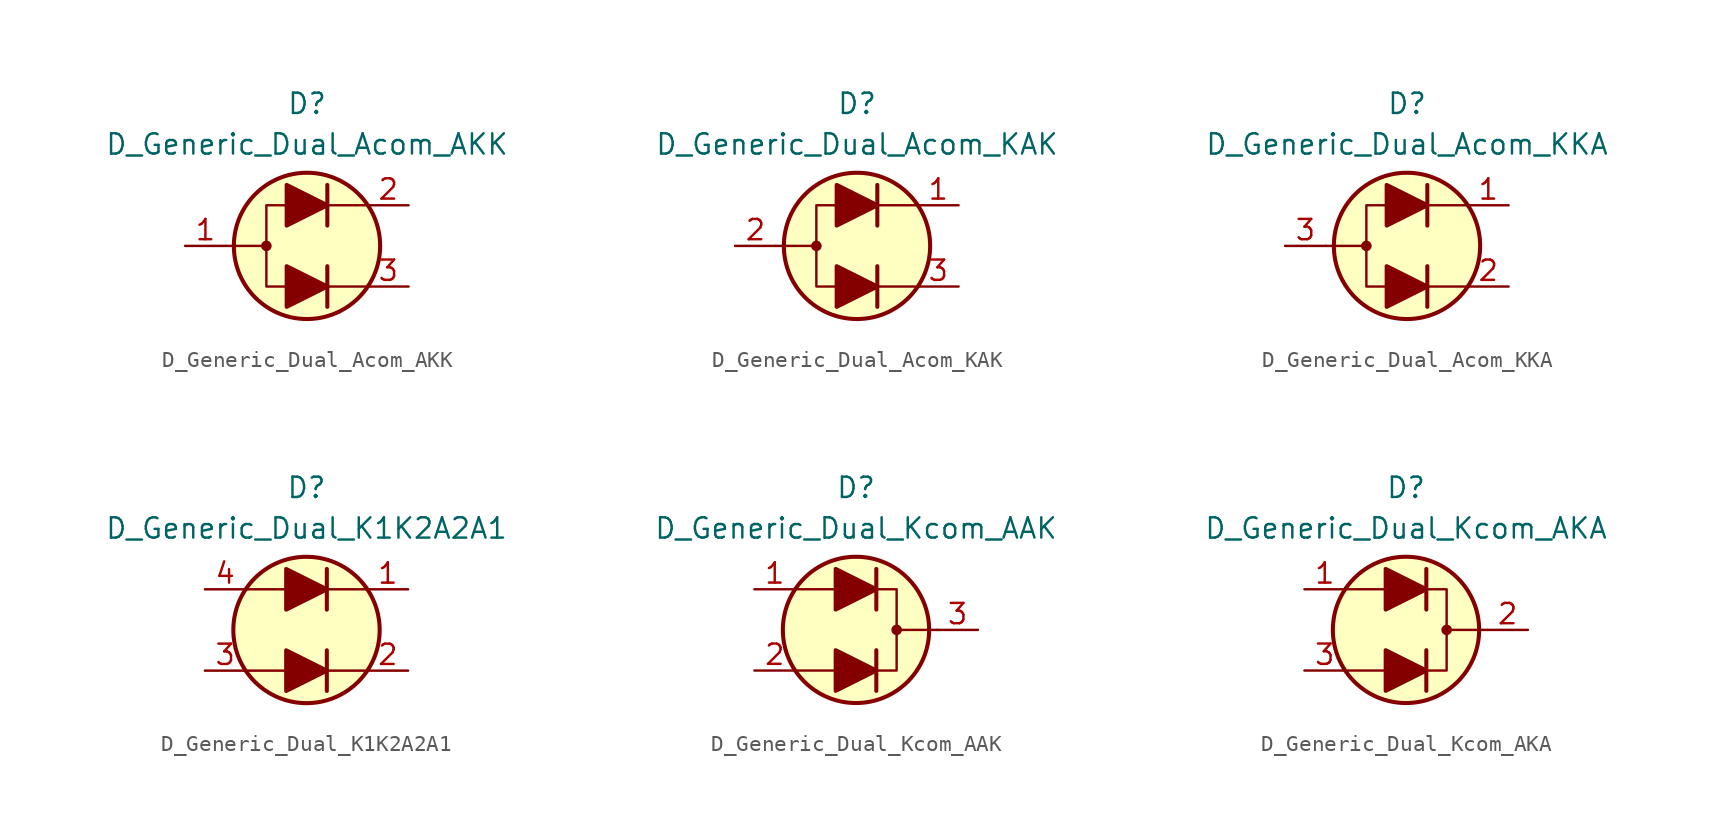
<source format=kicad_sym>
(kicad_symbol_lib
  (version 20210619)
  (generator kicad_symbol_editor)
  (symbol "Diode_AKL:D_Generic_Dual_Acom_AKK"
    (pin_names
      (offset 1.016) hide)
    (property "Reference" "D"
      (at 0 8.89 0)
      (effects (font (size 1.27 1.27))))
    (property "Value" "D_Generic_Dual_Acom_AKK"
      (at 0 6.35 0)
      (effects (font (size 1.27 1.27))))
    (symbol "D_Generic_Dual_Acom_AKK_0_1"
      (circle (center -2.54 0) (radius 0.254) (stroke (width 0)) (fill (type outline)))
      (circle (center 0 0) (radius 4.572) (stroke (width 0.254)) (fill (type background)))
      (polyline (pts (xy -5.08 0) (xy -2.54 0)) (stroke (width 0)) (fill (type none)))
      (polyline (pts (xy 1.27 -2.54) (xy 3.81 -2.54)) (stroke (width 0)) (fill (type none)))
      (polyline (pts (xy 1.27 -1.27) (xy 1.27 -3.81)) (stroke (width 0.254)) (fill (type none)))
      (polyline (pts (xy 1.27 2.54) (xy 3.81 2.54)) (stroke (width 0)) (fill (type none)))
      (polyline (pts (xy 1.27 3.81) (xy 1.27 1.27)) (stroke (width 0.254)) (fill (type none)))
      (polyline (pts (xy -1.27 -2.54) (xy -2.54 -2.54) (xy -2.54 2.54) (xy -1.27 2.54)) (stroke (width 0)) (fill (type none))))
    (symbol "D_Generic_Dual_Acom_AKK_1_1"
      (polyline (pts (xy -1.27 -2.54) (xy 1.27 -2.54)) (stroke (width 0)) (fill (type none)))
      (polyline (pts (xy -1.27 2.54) (xy 1.27 2.54)) (stroke (width 0)) (fill (type none)))
      (polyline (pts (xy -1.27 -1.27) (xy -1.27 -3.81) (xy 1.27 -2.54) (xy -1.27 -1.27)) (stroke (width 0.254)) (fill (type outline)))
      (polyline (pts (xy -1.27 3.81) (xy -1.27 1.27) (xy 1.27 2.54) (xy -1.27 3.81)) (stroke (width 0.254)) (fill (type outline)))
      (pin passive line (at -7.62 0 0) (length 2.54) (name "A" (effects (font (size 1.27 1.27)))) (number "1" (effects (font (size 1.27 1.27)))))
      (pin passive line (at 6.35 2.54 180) (length 2.54) (name "K1" (effects (font (size 1.27 1.27)))) (number "2" (effects (font (size 1.27 1.27)))))
      (pin passive line (at 6.35 -2.54 180) (length 2.54) (name "K2" (effects (font (size 1.27 1.27)))) (number "3" (effects (font (size 1.27 1.27)))))))
  (symbol "Diode_AKL:D_Generic_Dual_Acom_KAK"
    (pin_names
      (offset 1.016) hide)
    (property "Reference" "D"
      (at 0 8.89 0)
      (effects (font (size 1.27 1.27))))
    (property "Value" "D_Generic_Dual_Acom_KAK"
      (at 0 6.35 0)
      (effects (font (size 1.27 1.27))))
    (symbol "D_Generic_Dual_Acom_KAK_0_1"
      (circle (center -2.54 0) (radius 0.254) (stroke (width 0)) (fill (type outline)))
      (circle (center 0 0) (radius 4.572) (stroke (width 0.254)) (fill (type background)))
      (polyline (pts (xy -5.08 0) (xy -2.54 0)) (stroke (width 0)) (fill (type none)))
      (polyline (pts (xy 1.27 -2.54) (xy 3.81 -2.54)) (stroke (width 0)) (fill (type none)))
      (polyline (pts (xy 1.27 -1.27) (xy 1.27 -3.81)) (stroke (width 0.254)) (fill (type none)))
      (polyline (pts (xy 1.27 2.54) (xy 3.81 2.54)) (stroke (width 0)) (fill (type none)))
      (polyline (pts (xy 1.27 3.81) (xy 1.27 1.27)) (stroke (width 0.254)) (fill (type none)))
      (polyline (pts (xy -1.27 -2.54) (xy -2.54 -2.54) (xy -2.54 2.54) (xy -1.27 2.54)) (stroke (width 0)) (fill (type none))))
    (symbol "D_Generic_Dual_Acom_KAK_1_1"
      (polyline (pts (xy -1.27 -2.54) (xy 1.27 -2.54)) (stroke (width 0)) (fill (type none)))
      (polyline (pts (xy -1.27 2.54) (xy 1.27 2.54)) (stroke (width 0)) (fill (type none)))
      (polyline (pts (xy -1.27 -1.27) (xy -1.27 -3.81) (xy 1.27 -2.54) (xy -1.27 -1.27)) (stroke (width 0.254)) (fill (type outline)))
      (polyline (pts (xy -1.27 3.81) (xy -1.27 1.27) (xy 1.27 2.54) (xy -1.27 3.81)) (stroke (width 0.254)) (fill (type outline)))
      (pin passive line (at 6.35 2.54 180) (length 2.54) (name "K1" (effects (font (size 1.27 1.27)))) (number "1" (effects (font (size 1.27 1.27)))))
      (pin passive line (at -7.62 0 0) (length 2.54) (name "A" (effects (font (size 1.27 1.27)))) (number "2" (effects (font (size 1.27 1.27)))))
      (pin passive line (at 6.35 -2.54 180) (length 2.54) (name "K2" (effects (font (size 1.27 1.27)))) (number "3" (effects (font (size 1.27 1.27)))))))
  (symbol "Diode_AKL:D_Generic_Dual_Acom_KKA"
    (pin_names
      (offset 1.016) hide)
    (property "Reference" "D"
      (at 0 8.89 0)
      (effects (font (size 1.27 1.27))))
    (property "Value" "D_Generic_Dual_Acom_KKA"
      (at 0 6.35 0)
      (effects (font (size 1.27 1.27))))
    (symbol "D_Generic_Dual_Acom_KKA_0_1"
      (circle (center -2.54 0) (radius 0.254) (stroke (width 0)) (fill (type outline)))
      (circle (center 0 0) (radius 4.572) (stroke (width 0.254)) (fill (type background)))
      (polyline (pts (xy -5.08 0) (xy -2.54 0)) (stroke (width 0)) (fill (type none)))
      (polyline (pts (xy 1.27 -2.54) (xy 3.81 -2.54)) (stroke (width 0)) (fill (type none)))
      (polyline (pts (xy 1.27 -1.27) (xy 1.27 -3.81)) (stroke (width 0.254)) (fill (type none)))
      (polyline (pts (xy 1.27 2.54) (xy 3.81 2.54)) (stroke (width 0)) (fill (type none)))
      (polyline (pts (xy 1.27 3.81) (xy 1.27 1.27)) (stroke (width 0.254)) (fill (type none)))
      (polyline (pts (xy -1.27 -2.54) (xy -2.54 -2.54) (xy -2.54 2.54) (xy -1.27 2.54)) (stroke (width 0)) (fill (type none))))
    (symbol "D_Generic_Dual_Acom_KKA_1_1"
      (polyline (pts (xy -1.27 -2.54) (xy 1.27 -2.54)) (stroke (width 0)) (fill (type none)))
      (polyline (pts (xy -1.27 2.54) (xy 1.27 2.54)) (stroke (width 0)) (fill (type none)))
      (polyline (pts (xy -1.27 -1.27) (xy -1.27 -3.81) (xy 1.27 -2.54) (xy -1.27 -1.27)) (stroke (width 0.254)) (fill (type outline)))
      (polyline (pts (xy -1.27 3.81) (xy -1.27 1.27) (xy 1.27 2.54) (xy -1.27 3.81)) (stroke (width 0.254)) (fill (type outline)))
      (pin passive line (at 6.35 2.54 180) (length 2.54) (name "K1" (effects (font (size 1.27 1.27)))) (number "1" (effects (font (size 1.27 1.27)))))
      (pin passive line (at 6.35 -2.54 180) (length 2.54) (name "K2" (effects (font (size 1.27 1.27)))) (number "2" (effects (font (size 1.27 1.27)))))
      (pin passive line (at -7.62 0 0) (length 2.54) (name "A" (effects (font (size 1.27 1.27)))) (number "3" (effects (font (size 1.27 1.27)))))))
  (symbol "Diode_AKL:D_Generic_Dual_K1K2A2A1"
    (pin_names
      (offset 1.016) hide)
    (property "Reference" "D"
      (at 0 8.89 0)
      (effects (font (size 1.27 1.27))))
    (property "Value" "D_Generic_Dual_K1K2A2A1"
      (at 0 6.35 0)
      (effects (font (size 1.27 1.27))))
    (symbol "D_Generic_Dual_K1K2A2A1_0_1"
      (circle (center 0 0) (radius 4.572) (stroke (width 0.254)) (fill (type background)))
      (polyline (pts (xy -3.81 -2.54) (xy -1.27 -2.54)) (stroke (width 0)) (fill (type none)))
      (polyline (pts (xy -3.81 2.54) (xy -1.27 2.54)) (stroke (width 0)) (fill (type none)))
      (polyline (pts (xy 1.27 -2.54) (xy 3.81 -2.54)) (stroke (width 0)) (fill (type none)))
      (polyline (pts (xy 1.27 -1.27) (xy 1.27 -3.81)) (stroke (width 0.254)) (fill (type none)))
      (polyline (pts (xy 1.27 2.54) (xy 3.81 2.54)) (stroke (width 0)) (fill (type none)))
      (polyline (pts (xy 1.27 3.81) (xy 1.27 1.27)) (stroke (width 0.254)) (fill (type none))))
    (symbol "D_Generic_Dual_K1K2A2A1_1_1"
      (polyline (pts (xy -1.27 -2.54) (xy 1.27 -2.54)) (stroke (width 0)) (fill (type none)))
      (polyline (pts (xy -1.27 2.54) (xy 1.27 2.54)) (stroke (width 0)) (fill (type none)))
      (polyline (pts (xy -1.27 -1.27) (xy -1.27 -3.81) (xy 1.27 -2.54) (xy -1.27 -1.27)) (stroke (width 0.254)) (fill (type outline)))
      (polyline (pts (xy -1.27 3.81) (xy -1.27 1.27) (xy 1.27 2.54) (xy -1.27 3.81)) (stroke (width 0.254)) (fill (type outline)))
      (pin passive line (at 6.35 2.54 180) (length 2.54) (name "K1" (effects (font (size 1.27 1.27)))) (number "1" (effects (font (size 1.27 1.27)))))
      (pin passive line (at 6.35 -2.54 180) (length 2.54) (name "K2" (effects (font (size 1.27 1.27)))) (number "2" (effects (font (size 1.27 1.27)))))
      (pin passive line (at -6.35 -2.54 0) (length 2.54) (name "A2" (effects (font (size 1.27 1.27)))) (number "3" (effects (font (size 1.27 1.27)))))
      (pin passive line (at -6.35 2.54 0) (length 2.54) (name "A1" (effects (font (size 1.27 1.27)))) (number "4" (effects (font (size 1.27 1.27)))))))
  (symbol "Diode_AKL:D_Generic_Dual_Kcom_AAK"
    (pin_names
      (offset 1.016) hide)
    (property "Reference" "D"
      (at 0 8.89 0)
      (effects (font (size 1.27 1.27))))
    (property "Value" "D_Generic_Dual_Kcom_AAK"
      (at 0 6.35 0)
      (effects (font (size 1.27 1.27))))
    (symbol "D_Generic_Dual_Kcom_AAK_0_1"
      (circle (center 2.54 0) (radius 0.254) (stroke (width 0)) (fill (type outline)))
      (circle (center 0 0) (radius 4.572) (stroke (width 0.254)) (fill (type background)))
      (polyline (pts (xy -1.27 -2.54) (xy -3.81 -2.54)) (stroke (width 0)) (fill (type none)))
      (polyline (pts (xy -1.27 2.54) (xy -3.81 2.54)) (stroke (width 0)) (fill (type none)))
      (polyline (pts (xy 1.27 -3.81) (xy 1.27 -1.27)) (stroke (width 0.254)) (fill (type none)))
      (polyline (pts (xy 1.27 1.27) (xy 1.27 3.81)) (stroke (width 0.254)) (fill (type none)))
      (polyline (pts (xy 5.08 0) (xy 2.54 0)) (stroke (width 0)) (fill (type none)))
      (polyline (pts (xy 1.27 -2.54) (xy 2.54 -2.54) (xy 2.54 2.54) (xy 1.27 2.54)) (stroke (width 0)) (fill (type none))))
    (symbol "D_Generic_Dual_Kcom_AAK_1_1"
      (polyline (pts (xy -1.27 -2.54) (xy 1.27 -2.54)) (stroke (width 0)) (fill (type none)))
      (polyline (pts (xy -1.27 2.54) (xy 1.27 2.54)) (stroke (width 0)) (fill (type none)))
      (polyline (pts (xy -1.27 -3.81) (xy -1.27 -1.27) (xy 1.27 -2.54) (xy -1.27 -3.81)) (stroke (width 0.254)) (fill (type outline)))
      (polyline (pts (xy -1.27 1.27) (xy -1.27 3.81) (xy 1.27 2.54) (xy -1.27 1.27)) (stroke (width 0.254)) (fill (type outline)))
      (pin passive line (at -6.35 2.54 0) (length 2.54) (name "A2" (effects (font (size 1.27 1.27)))) (number "1" (effects (font (size 1.27 1.27)))))
      (pin passive line (at -6.35 -2.54 0) (length 2.54) (name "A1" (effects (font (size 1.27 1.27)))) (number "2" (effects (font (size 1.27 1.27)))))
      (pin passive line (at 7.62 0 180) (length 2.54) (name "K" (effects (font (size 1.27 1.27)))) (number "3" (effects (font (size 1.27 1.27)))))))
  (symbol "Diode_AKL:D_Generic_Dual_Kcom_AKA"
    (pin_names
      (offset 1.016) hide)
    (property "Reference" "D"
      (at 0 8.89 0)
      (effects (font (size 1.27 1.27))))
    (property "Value" "D_Generic_Dual_Kcom_AKA"
      (at 0 6.35 0)
      (effects (font (size 1.27 1.27))))
    (symbol "D_Generic_Dual_Kcom_AKA_0_1"
      (circle (center 2.54 0) (radius 0.254) (stroke (width 0)) (fill (type outline)))
      (circle (center 0 0) (radius 4.572) (stroke (width 0.254)) (fill (type background)))
      (polyline (pts (xy -1.27 -2.54) (xy -3.81 -2.54)) (stroke (width 0)) (fill (type none)))
      (polyline (pts (xy -1.27 2.54) (xy -3.81 2.54)) (stroke (width 0)) (fill (type none)))
      (polyline (pts (xy 1.27 -3.81) (xy 1.27 -1.27)) (stroke (width 0.254)) (fill (type none)))
      (polyline (pts (xy 1.27 1.27) (xy 1.27 3.81)) (stroke (width 0.254)) (fill (type none)))
      (polyline (pts (xy 5.08 0) (xy 2.54 0)) (stroke (width 0)) (fill (type none)))
      (polyline (pts (xy 1.27 -2.54) (xy 2.54 -2.54) (xy 2.54 2.54) (xy 1.27 2.54)) (stroke (width 0)) (fill (type none))))
    (symbol "D_Generic_Dual_Kcom_AKA_1_1"
      (polyline (pts (xy -1.27 -2.54) (xy 1.27 -2.54)) (stroke (width 0)) (fill (type none)))
      (polyline (pts (xy -1.27 2.54) (xy 1.27 2.54)) (stroke (width 0)) (fill (type none)))
      (polyline (pts (xy -1.27 -3.81) (xy -1.27 -1.27) (xy 1.27 -2.54) (xy -1.27 -3.81)) (stroke (width 0.254)) (fill (type outline)))
      (polyline (pts (xy -1.27 1.27) (xy -1.27 3.81) (xy 1.27 2.54) (xy -1.27 1.27)) (stroke (width 0.254)) (fill (type outline)))
      (pin passive line (at -6.35 2.54 0) (length 2.54) (name "A2" (effects (font (size 1.27 1.27)))) (number "1" (effects (font (size 1.27 1.27)))))
      (pin passive line (at 7.62 0 180) (length 2.54) (name "K" (effects (font (size 1.27 1.27)))) (number "2" (effects (font (size 1.27 1.27)))))
      (pin passive line (at -6.35 -2.54 0) (length 2.54) (name "A1" (effects (font (size 1.27 1.27)))) (number "3" (effects (font (size 1.27 1.27))))))))
</source>
